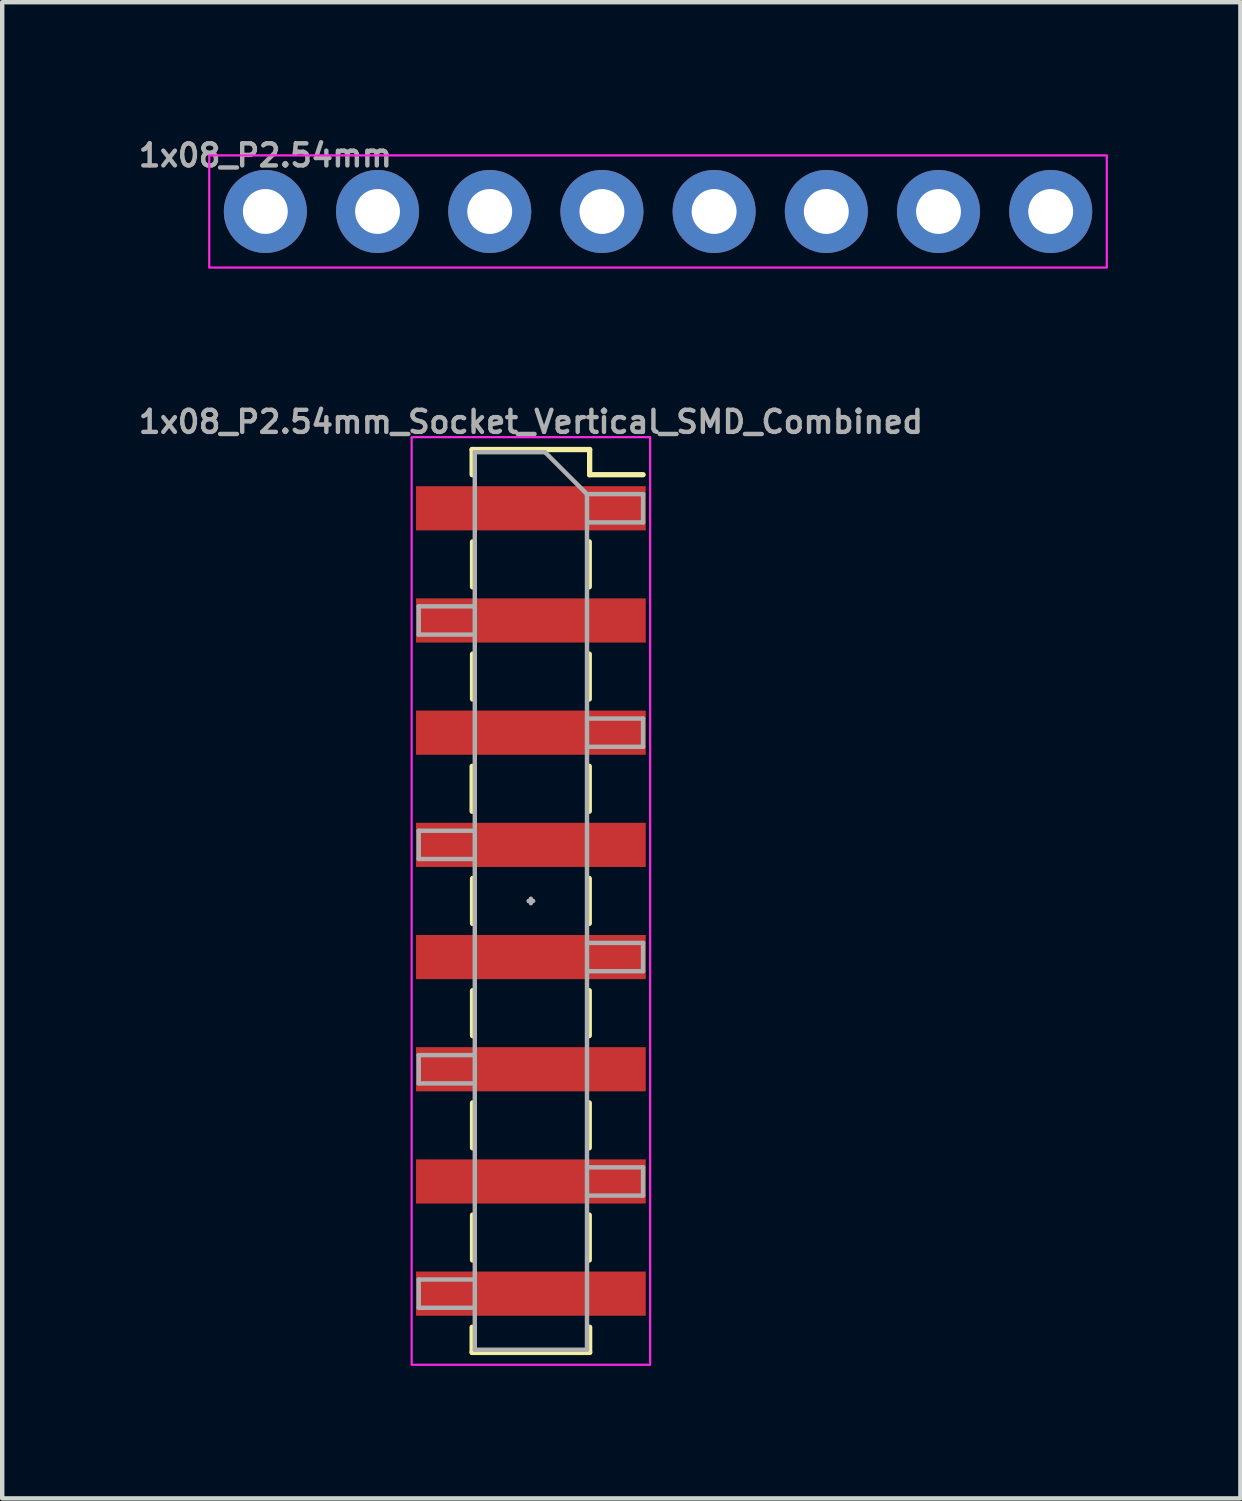
<source format=kicad_pcb>
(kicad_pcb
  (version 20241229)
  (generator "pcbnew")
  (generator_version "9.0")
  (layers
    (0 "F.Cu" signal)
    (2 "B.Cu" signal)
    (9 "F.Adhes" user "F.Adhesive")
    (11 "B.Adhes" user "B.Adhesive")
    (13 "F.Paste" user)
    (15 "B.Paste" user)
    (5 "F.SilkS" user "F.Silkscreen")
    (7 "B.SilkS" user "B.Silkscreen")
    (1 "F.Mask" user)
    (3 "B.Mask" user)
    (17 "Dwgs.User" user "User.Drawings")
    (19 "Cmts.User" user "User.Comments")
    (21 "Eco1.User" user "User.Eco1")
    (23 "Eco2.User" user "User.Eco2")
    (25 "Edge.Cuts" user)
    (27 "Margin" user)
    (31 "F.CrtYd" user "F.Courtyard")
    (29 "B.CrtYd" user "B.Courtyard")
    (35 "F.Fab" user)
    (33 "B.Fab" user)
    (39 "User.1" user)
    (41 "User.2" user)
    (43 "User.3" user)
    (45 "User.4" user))
  (footprint "1x08_P2.54mm"
    (layer "F.Cu")
    (at 2.957 1.738)
    (property "Reference" "1x08_P2.54mm" (at 0 -1.27 0) (layer "F.Fab") (effects (font (size 0.5 0.5) (thickness 0.1))))
    (fp_rect (start -1.27 -1.27) (end 19.05 1.27) (stroke (width 0.05) (type default)) (fill no) (layer "F.CrtYd"))
    (fp_poly (pts (xy -0.254 0.254) (xy 0.254 0.254) (xy 0.254 -0.254) (xy -0.254 -0.254)) (stroke (width 0.1) (type default)) (fill no) (layer "F.Fab"))
    (fp_poly (pts (xy 2.286 0.254) (xy 2.794 0.254) (xy 2.794 -0.254) (xy 2.286 -0.254)) (stroke (width 0.1) (type default)) (fill no) (layer "F.Fab"))
    (fp_poly (pts (xy 4.826 0.254) (xy 5.334 0.254) (xy 5.334 -0.254) (xy 4.826 -0.254)) (stroke (width 0.1) (type default)) (fill no) (layer "F.Fab"))
    (fp_poly (pts (xy 7.366 0.254) (xy 7.874 0.254) (xy 7.874 -0.254) (xy 7.366 -0.254)) (stroke (width 0.1) (type default)) (fill no) (layer "F.Fab"))
    (fp_poly (pts (xy 9.906 0.254) (xy 10.414 0.254) (xy 10.414 -0.254) (xy 9.906 -0.254)) (stroke (width 0.1) (type default)) (fill no) (layer "F.Fab"))
    (fp_poly (pts (xy 12.446 0.254) (xy 12.954 0.254) (xy 12.954 -0.254) (xy 12.446 -0.254)) (stroke (width 0.1) (type default)) (fill no) (layer "F.Fab"))
    (fp_poly (pts (xy 14.986 0.254) (xy 15.494 0.254) (xy 15.494 -0.254) (xy 14.986 -0.254)) (stroke (width 0.1) (type default)) (fill no) (layer "F.Fab"))
    (fp_poly (pts (xy 17.526 0.254) (xy 18.034 0.254) (xy 18.034 -0.254) (xy 17.526 -0.254)) (stroke (width 0.1) (type default)) (fill no) (layer "F.Fab"))
    (pad "1" thru_hole circle (at 0 0 90) (size 1.88 1.88) (drill 1.016) (layers "*.Cu" "*.Mask") (remove_unused_layers yes) (keep_end_layers yes) (zone_layer_connections))
    (pad "2" thru_hole circle (at 2.54 0 90) (size 1.88 1.88) (drill 1.016) (layers "*.Cu" "*.Mask") (remove_unused_layers yes) (keep_end_layers yes) (zone_layer_connections))
    (pad "3" thru_hole circle (at 5.08 0 90) (size 1.88 1.88) (drill 1.016) (layers "*.Cu" "*.Mask") (remove_unused_layers yes) (keep_end_layers yes) (zone_layer_connections))
    (pad "4" thru_hole circle (at 7.62 0 90) (size 1.88 1.88) (drill 1.016) (layers "*.Cu" "*.Mask") (remove_unused_layers yes) (keep_end_layers yes) (zone_layer_connections))
    (pad "5" thru_hole circle (at 10.16 0 90) (size 1.88 1.88) (drill 1.016) (layers "*.Cu" "*.Mask") (remove_unused_layers yes) (keep_end_layers yes) (zone_layer_connections))
    (pad "6" thru_hole circle (at 12.7 0 90) (size 1.88 1.88) (drill 1.016) (layers "*.Cu" "*.Mask") (remove_unused_layers yes) (keep_end_layers yes) (zone_layer_connections))
    (pad "7" thru_hole circle (at 15.24 0 90) (size 1.88 1.88) (drill 1.016) (layers "*.Cu" "*.Mask") (remove_unused_layers yes) (keep_end_layers yes) (zone_layer_connections))
    (pad "8" thru_hole circle (at 17.78 0 90) (size 1.88 1.88) (drill 1.016) (layers "*.Cu" "*.Mask") (remove_unused_layers yes) (keep_end_layers yes) (zone_layer_connections)))
  (footprint "1x08_P2.54mm_Socket_Vertical_SMD_Combined"
    (layer "F.Cu")
    (at 8.969 17.347)
    (property "Reference" "1x08_P2.54mm_Socket_Vertical_SMD_Combined" (at 0 -10.846 0) (layer "F.Fab") (effects (font (size 0.5 0.5) (thickness 0.1))))
    (attr smd)
    (fp_rect (start -2.6 -9.39) (end -0.6 -8.39) (stroke (width 0) (type solid)) (fill yes) (layer "F.Mask"))
    (fp_rect (start -2.6 -6.85) (end -0.6 -5.85) (stroke (width 0) (type solid)) (fill yes) (layer "F.Mask"))
    (fp_rect (start -2.6 -4.31) (end -0.6 -3.31) (stroke (width 0) (type solid)) (fill yes) (layer "F.Mask"))
    (fp_rect (start -2.6 -1.77) (end -0.6 -0.77) (stroke (width 0) (type solid)) (fill yes) (layer "F.Mask"))
    (fp_rect (start -2.6 0.77) (end -0.6 1.77) (stroke (width 0) (type solid)) (fill yes) (layer "F.Mask"))
    (fp_rect (start -2.6 3.31) (end -0.6 4.31) (stroke (width 0) (type solid)) (fill yes) (layer "F.Mask"))
    (fp_rect (start -2.6 5.85) (end -0.6 6.85) (stroke (width 0) (type solid)) (fill yes) (layer "F.Mask"))
    (fp_rect (start -2.6 8.39) (end -0.6 9.39) (stroke (width 0) (type solid)) (fill yes) (layer "F.Mask"))
    (fp_rect (start 0.6 -9.39) (end 2.6 -8.39) (stroke (width 0) (type solid)) (fill yes) (layer "F.Mask"))
    (fp_rect (start 0.6 -6.85) (end 2.6 -5.85) (stroke (width 0) (type solid)) (fill yes) (layer "F.Mask"))
    (fp_rect (start 0.6 -4.31) (end 2.6 -3.31) (stroke (width 0) (type solid)) (fill yes) (layer "F.Mask"))
    (fp_rect (start 0.6 -1.77) (end 2.6 -0.77) (stroke (width 0) (type solid)) (fill yes) (layer "F.Mask"))
    (fp_rect (start 0.6 0.77) (end 2.6 1.77) (stroke (width 0) (type solid)) (fill yes) (layer "F.Mask"))
    (fp_rect (start 0.6 3.31) (end 2.6 4.31) (stroke (width 0) (type solid)) (fill yes) (layer "F.Mask"))
    (fp_rect (start 0.6 5.85) (end 2.6 6.85) (stroke (width 0) (type solid)) (fill yes) (layer "F.Mask"))
    (fp_rect (start 0.6 8.39) (end 2.6 9.39) (stroke (width 0) (type solid)) (fill yes) (layer "F.Mask"))
    (fp_line (start -1.33 -10.22) (end -1.33 -9.65) (stroke (width 0.12) (type solid)) (layer "F.SilkS"))
    (fp_line (start -1.33 -10.22) (end 1.33 -10.22) (stroke (width 0.12) (type solid)) (layer "F.SilkS"))
    (fp_line (start -1.33 -3.048) (end -1.33 -2.03) (stroke (width 0.12) (type solid)) (layer "F.SilkS"))
    (fp_line (start -1.33 9.65) (end -1.33 10.22) (stroke (width 0.12) (type solid)) (layer "F.SilkS"))
    (fp_line (start -1.33 10.22) (end 1.33 10.22) (stroke (width 0.12) (type solid)) (layer "F.SilkS"))
    (fp_line (start -1.321 -8.129) (end -1.321 -7.111) (stroke (width 0.12) (type solid)) (layer "F.SilkS"))
    (fp_line (start -1.321 -5.589) (end -1.321 -4.571) (stroke (width 0.12) (type solid)) (layer "F.SilkS"))
    (fp_line (start -1.321 -0.509) (end -1.321 0.509) (stroke (width 0.12) (type solid)) (layer "F.SilkS"))
    (fp_line (start -1.321 2.031) (end -1.321 3.049) (stroke (width 0.12) (type solid)) (layer "F.SilkS"))
    (fp_line (start -1.321 4.571) (end -1.321 5.589) (stroke (width 0.12) (type solid)) (layer "F.SilkS"))
    (fp_line (start -1.321 7.111) (end -1.321 8.129) (stroke (width 0.12) (type solid)) (layer "F.SilkS"))
    (fp_line (start 1.321 -8.129) (end 1.321 -7.111) (stroke (width 0.12) (type solid)) (layer "F.SilkS"))
    (fp_line (start 1.321 -5.589) (end 1.321 -4.571) (stroke (width 0.12) (type solid)) (layer "F.SilkS"))
    (fp_line (start 1.321 -3.049) (end 1.321 -2.031) (stroke (width 0.12) (type solid)) (layer "F.SilkS"))
    (fp_line (start 1.321 -0.509) (end 1.321 0.509) (stroke (width 0.12) (type solid)) (layer "F.SilkS"))
    (fp_line (start 1.321 2.031) (end 1.321 3.049) (stroke (width 0.12) (type solid)) (layer "F.SilkS"))
    (fp_line (start 1.321 4.571) (end 1.321 5.589) (stroke (width 0.12) (type solid)) (layer "F.SilkS"))
    (fp_line (start 1.321 7.111) (end 1.321 8.129) (stroke (width 0.12) (type solid)) (layer "F.SilkS"))
    (fp_line (start 1.33 -10.22) (end 1.33 -9.65) (stroke (width 0.12) (type solid)) (layer "F.SilkS"))
    (fp_line (start 1.33 -9.65) (end 2.54 -9.65) (stroke (width 0.12) (type solid)) (layer "F.SilkS"))
    (fp_line (start 1.33 9.65) (end 1.33 10.22) (stroke (width 0.12) (type solid)) (layer "F.SilkS"))
    (fp_rect (start -2.6 -9.39) (end -0.6 -8.39) (stroke (width 0) (type solid)) (fill yes) (layer "F.Paste"))
    (fp_rect (start -2.6 -6.85) (end -0.6 -5.85) (stroke (width 0) (type solid)) (fill yes) (layer "F.Paste"))
    (fp_rect (start -2.6 -4.31) (end -0.6 -3.31) (stroke (width 0) (type solid)) (fill yes) (layer "F.Paste"))
    (fp_rect (start -2.6 -1.77) (end -0.6 -0.77) (stroke (width 0) (type solid)) (fill yes) (layer "F.Paste"))
    (fp_rect (start -2.6 0.77) (end -0.6 1.77) (stroke (width 0) (type solid)) (fill yes) (layer "F.Paste"))
    (fp_rect (start -2.6 3.31) (end -0.6 4.31) (stroke (width 0) (type solid)) (fill yes) (layer "F.Paste"))
    (fp_rect (start -2.6 5.85) (end -0.6 6.85) (stroke (width 0) (type solid)) (fill yes) (layer "F.Paste"))
    (fp_rect (start -2.6 8.39) (end -0.6 9.39) (stroke (width 0) (type solid)) (fill yes) (layer "F.Paste"))
    (fp_rect (start 0.6 -9.39) (end 2.6 -8.39) (stroke (width 0) (type solid)) (fill yes) (layer "F.Paste"))
    (fp_rect (start 0.6 -6.85) (end 2.6 -5.85) (stroke (width 0) (type solid)) (fill yes) (layer "F.Paste"))
    (fp_rect (start 0.6 -4.31) (end 2.6 -3.31) (stroke (width 0) (type solid)) (fill yes) (layer "F.Paste"))
    (fp_rect (start 0.6 -1.77) (end 2.6 -0.77) (stroke (width 0) (type solid)) (fill yes) (layer "F.Paste"))
    (fp_rect (start 0.6 0.77) (end 2.6 1.77) (stroke (width 0) (type solid)) (fill yes) (layer "F.Paste"))
    (fp_rect (start 0.6 3.31) (end 2.6 4.31) (stroke (width 0) (type solid)) (fill yes) (layer "F.Paste"))
    (fp_rect (start 0.6 5.85) (end 2.6 6.85) (stroke (width 0) (type solid)) (fill yes) (layer "F.Paste"))
    (fp_rect (start 0.6 8.39) (end 2.6 9.39) (stroke (width 0) (type solid)) (fill yes) (layer "F.Paste"))
    (fp_rect (start -2.7 -10.5) (end 2.7 10.5) (stroke (width 0.05) (type default)) (fill no) (layer "F.CrtYd"))
    (fp_line (start -2.54 -6.67) (end -2.54 -6.03) (stroke (width 0.1) (type solid)) (layer "F.Fab"))
    (fp_line (start -2.54 -6.03) (end -1.27 -6.03) (stroke (width 0.1) (type solid)) (layer "F.Fab"))
    (fp_line (start -2.54 -1.59) (end -2.54 -0.95) (stroke (width 0.1) (type solid)) (layer "F.Fab"))
    (fp_line (start -2.54 -0.95) (end -1.27 -0.95) (stroke (width 0.1) (type solid)) (layer "F.Fab"))
    (fp_line (start -2.54 3.49) (end -2.54 4.13) (stroke (width 0.1) (type solid)) (layer "F.Fab"))
    (fp_line (start -2.54 4.13) (end -1.27 4.13) (stroke (width 0.1) (type solid)) (layer "F.Fab"))
    (fp_line (start -2.54 8.57) (end -2.54 9.21) (stroke (width 0.1) (type solid)) (layer "F.Fab"))
    (fp_line (start -2.54 9.21) (end -1.27 9.21) (stroke (width 0.1) (type solid)) (layer "F.Fab"))
    (fp_line (start -1.27 -10.16) (end -1.27 10.16) (stroke (width 0.1) (type solid)) (layer "F.Fab"))
    (fp_line (start -1.27 -10.16) (end 0.32 -10.16) (stroke (width 0.1) (type solid)) (layer "F.Fab"))
    (fp_line (start -1.27 -6.67) (end -2.54 -6.67) (stroke (width 0.1) (type solid)) (layer "F.Fab"))
    (fp_line (start -1.27 -1.59) (end -2.54 -1.59) (stroke (width 0.1) (type solid)) (layer "F.Fab"))
    (fp_line (start -1.27 3.49) (end -2.54 3.49) (stroke (width 0.1) (type solid)) (layer "F.Fab"))
    (fp_line (start -1.27 8.57) (end -2.54 8.57) (stroke (width 0.1) (type solid)) (layer "F.Fab"))
    (fp_line (start 0 -0.051) (end 0 0.051) (stroke (width 0.1) (type default)) (layer "F.Fab"))
    (fp_line (start 0.051 0) (end -0.051 0) (stroke (width 0.1) (type default)) (layer "F.Fab"))
    (fp_line (start 1.27 -9.21) (end 0.32 -10.16) (stroke (width 0.1) (type solid)) (layer "F.Fab"))
    (fp_line (start 1.27 -9.21) (end 2.54 -9.21) (stroke (width 0.1) (type solid)) (layer "F.Fab"))
    (fp_line (start 1.27 -4.13) (end 2.54 -4.13) (stroke (width 0.1) (type solid)) (layer "F.Fab"))
    (fp_line (start 1.27 0.95) (end 2.54 0.95) (stroke (width 0.1) (type solid)) (layer "F.Fab"))
    (fp_line (start 1.27 6.03) (end 2.54 6.03) (stroke (width 0.1) (type solid)) (layer "F.Fab"))
    (fp_line (start 1.27 10.16) (end -1.27 10.16) (stroke (width 0.1) (type solid)) (layer "F.Fab"))
    (fp_line (start 1.27 10.16) (end 1.27 -9.21) (stroke (width 0.1) (type solid)) (layer "F.Fab"))
    (fp_line (start 2.54 -9.21) (end 2.54 -8.57) (stroke (width 0.1) (type solid)) (layer "F.Fab"))
    (fp_line (start 2.54 -8.57) (end 1.27 -8.57) (stroke (width 0.1) (type solid)) (layer "F.Fab"))
    (fp_line (start 2.54 -4.13) (end 2.54 -3.49) (stroke (width 0.1) (type solid)) (layer "F.Fab"))
    (fp_line (start 2.54 -3.49) (end 1.27 -3.49) (stroke (width 0.1) (type solid)) (layer "F.Fab"))
    (fp_line (start 2.54 0.95) (end 2.54 1.59) (stroke (width 0.1) (type solid)) (layer "F.Fab"))
    (fp_line (start 2.54 1.59) (end 1.27 1.59) (stroke (width 0.1) (type solid)) (layer "F.Fab"))
    (fp_line (start 2.54 6.03) (end 2.54 6.67) (stroke (width 0.1) (type solid)) (layer "F.Fab"))
    (fp_line (start 2.54 6.67) (end 1.27 6.67) (stroke (width 0.1) (type solid)) (layer "F.Fab"))
    (pad "1" smd rect (at 0 -8.89) (size 5.2 1) (layers "F.Cu"))
    (pad "2" smd rect (at 0 -6.35) (size 5.2 1) (layers "F.Cu"))
    (pad "3" smd rect (at 0 -3.81) (size 5.2 1) (layers "F.Cu"))
    (pad "4" smd rect (at 0 -1.27) (size 5.2 1) (layers "F.Cu"))
    (pad "5" smd rect (at 0 1.27) (size 5.2 1) (layers "F.Cu"))
    (pad "6" smd rect (at 0 3.81) (size 5.2 1) (layers "F.Cu"))
    (pad "7" smd rect (at 0 6.35) (size 5.2 1) (layers "F.Cu"))
    (pad "8" smd rect (at 0 8.89) (size 5.2 1) (layers "F.Cu")))
  (gr_rect
    (start -3 -3)
    (end 25.032 30.872)
    (stroke (width 0.1) (type default))
    (fill no)
    (layer "Edge.Cuts")))
</source>
